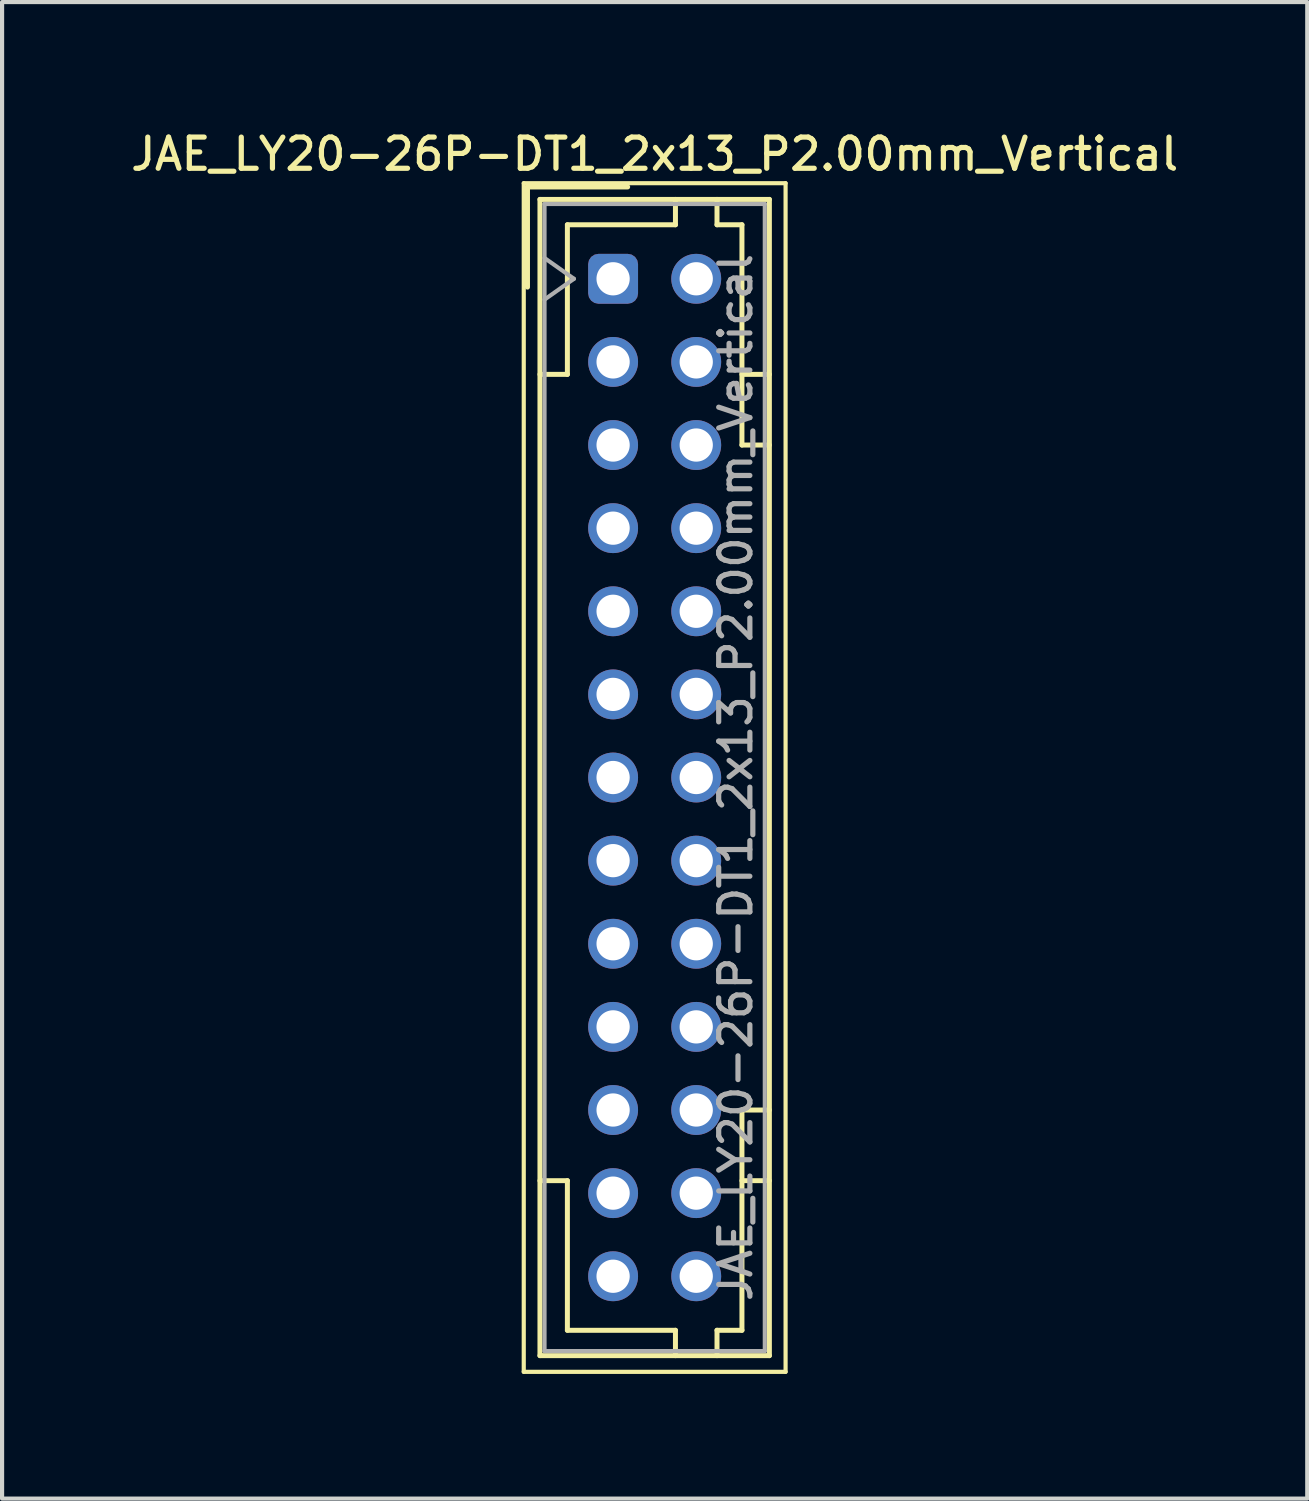
<source format=kicad_pcb>
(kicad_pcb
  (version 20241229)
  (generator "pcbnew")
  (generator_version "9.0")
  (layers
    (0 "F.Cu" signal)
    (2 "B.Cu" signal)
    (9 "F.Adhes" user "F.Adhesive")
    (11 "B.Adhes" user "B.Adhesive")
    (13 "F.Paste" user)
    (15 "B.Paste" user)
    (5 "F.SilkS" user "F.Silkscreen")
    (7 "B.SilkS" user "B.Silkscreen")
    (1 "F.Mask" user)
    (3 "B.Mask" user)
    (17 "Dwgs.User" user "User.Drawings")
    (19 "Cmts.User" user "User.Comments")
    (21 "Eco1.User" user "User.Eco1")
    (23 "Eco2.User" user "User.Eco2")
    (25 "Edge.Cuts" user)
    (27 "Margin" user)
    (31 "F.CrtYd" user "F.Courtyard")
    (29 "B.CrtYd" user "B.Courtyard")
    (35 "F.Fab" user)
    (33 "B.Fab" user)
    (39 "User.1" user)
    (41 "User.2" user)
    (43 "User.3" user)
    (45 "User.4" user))
  (footprint "JAE_LY20-26P-DT1_2x13_P2.00mm_Vertical"
    (layer "F.Cu")
    (at 11.702 3.658)
    (property "Reference" "JAE_LY20-26P-DT1_2x13_P2.00mm_Vertical" (at 1 -3 0) (layer "F.SilkS") (effects (font (size 0.75 0.75) (thickness 0.125))))
    (attr through_hole)
    (fp_line (start -2.15 -2.3) (end -2.15 26.3) (stroke (width 0.1) (type solid)) (layer "F.SilkS"))
    (fp_line (start -2.15 26.3) (end 4.15 26.3) (stroke (width 0.1) (type solid)) (layer "F.SilkS"))
    (fp_line (start -2.06 -2.21) (end -2.06 0.2) (stroke (width 0.12) (type solid)) (layer "F.SilkS"))
    (fp_line (start -1.76 -1.91) (end -1.76 25.91) (stroke (width 0.12) (type solid)) (layer "F.SilkS"))
    (fp_line (start -1.76 25.91) (end 3.76 25.91) (stroke (width 0.12) (type solid)) (layer "F.SilkS"))
    (fp_line (start -1.1 -1.3) (end -1.1 2.3) (stroke (width 0.12) (type solid)) (layer "F.SilkS"))
    (fp_line (start -1.1 2.3) (end -1.76 2.3) (stroke (width 0.12) (type solid)) (layer "F.SilkS"))
    (fp_line (start -1.1 21.7) (end -1.76 21.7) (stroke (width 0.12) (type solid)) (layer "F.SilkS"))
    (fp_line (start -1.1 25.3) (end -1.1 21.7) (stroke (width 0.12) (type solid)) (layer "F.SilkS"))
    (fp_line (start 0.35 -2.21) (end -2.06 -2.21) (stroke (width 0.12) (type solid)) (layer "F.SilkS"))
    (fp_line (start 1.5 -1.91) (end 1.5 -1.3) (stroke (width 0.12) (type solid)) (layer "F.SilkS"))
    (fp_line (start 1.5 -1.3) (end -1.1 -1.3) (stroke (width 0.12) (type solid)) (layer "F.SilkS"))
    (fp_line (start 1.5 25.3) (end -1.1 25.3) (stroke (width 0.12) (type solid)) (layer "F.SilkS"))
    (fp_line (start 1.5 25.91) (end 1.5 25.3) (stroke (width 0.12) (type solid)) (layer "F.SilkS"))
    (fp_line (start 2.5 -1.91) (end 2.5 -1.3) (stroke (width 0.12) (type solid)) (layer "F.SilkS"))
    (fp_line (start 2.5 -1.3) (end 3.1 -1.3) (stroke (width 0.12) (type solid)) (layer "F.SilkS"))
    (fp_line (start 2.5 25.3) (end 3.1 25.3) (stroke (width 0.12) (type solid)) (layer "F.SilkS"))
    (fp_line (start 2.5 25.91) (end 2.5 25.3) (stroke (width 0.12) (type solid)) (layer "F.SilkS"))
    (fp_line (start 3.1 -1.3) (end 3.1 4) (stroke (width 0.12) (type solid)) (layer "F.SilkS"))
    (fp_line (start 3.1 4) (end 3.76 4) (stroke (width 0.12) (type solid)) (layer "F.SilkS"))
    (fp_line (start 3.1 20) (end 3.76 20) (stroke (width 0.12) (type solid)) (layer "F.SilkS"))
    (fp_line (start 3.1 25.3) (end 3.1 20) (stroke (width 0.12) (type solid)) (layer "F.SilkS"))
    (fp_line (start 3.76 -1.91) (end -1.76 -1.91) (stroke (width 0.12) (type solid)) (layer "F.SilkS"))
    (fp_line (start 3.76 2.3) (end 3.1 2.3) (stroke (width 0.12) (type solid)) (layer "F.SilkS"))
    (fp_line (start 3.76 21.7) (end 3.1 21.7) (stroke (width 0.12) (type solid)) (layer "F.SilkS"))
    (fp_line (start 3.76 25.91) (end 3.76 -1.91) (stroke (width 0.12) (type solid)) (layer "F.SilkS"))
    (fp_line (start 4.15 -2.3) (end -2.15 -2.3) (stroke (width 0.1) (type solid)) (layer "F.SilkS"))
    (fp_line (start 4.15 26.3) (end 4.15 -2.3) (stroke (width 0.1) (type solid)) (layer "F.SilkS"))
    (fp_line (start -1.65 -1.8) (end -1.65 25.8) (stroke (width 0.1) (type solid)) (layer "F.Fab"))
    (fp_line (start -1.65 0.5) (end -0.943 0) (stroke (width 0.1) (type solid)) (layer "F.Fab"))
    (fp_line (start -1.65 25.8) (end 3.65 25.8) (stroke (width 0.1) (type solid)) (layer "F.Fab"))
    (fp_line (start -0.943 0) (end -1.65 -0.5) (stroke (width 0.1) (type solid)) (layer "F.Fab"))
    (fp_line (start 3.65 -1.8) (end -1.65 -1.8) (stroke (width 0.1) (type solid)) (layer "F.Fab"))
    (fp_line (start 3.65 25.8) (end 3.65 -1.8) (stroke (width 0.1) (type solid)) (layer "F.Fab"))
    (fp_text user "${REFERENCE}" (at 2.95 12 90) (layer "F.Fab") (effects (font (size 0.75 0.75) (thickness 0.125))))
    (pad "a1" thru_hole roundrect (at 0 0) (size 1.2 1.2) (drill 0.8) (layers "*.Cu" "*.Mask") (roundrect_rratio 0.208))
    (pad "a2" thru_hole circle (at 0 2) (size 1.2 1.2) (drill 0.8) (layers "*.Cu" "*.Mask"))
    (pad "a3" thru_hole circle (at 0 4) (size 1.2 1.2) (drill 0.8) (layers "*.Cu" "*.Mask"))
    (pad "a4" thru_hole circle (at 0 6) (size 1.2 1.2) (drill 0.8) (layers "*.Cu" "*.Mask"))
    (pad "a5" thru_hole circle (at 0 8) (size 1.2 1.2) (drill 0.8) (layers "*.Cu" "*.Mask"))
    (pad "a6" thru_hole circle (at 0 10) (size 1.2 1.2) (drill 0.8) (layers "*.Cu" "*.Mask"))
    (pad "a7" thru_hole circle (at 0 12) (size 1.2 1.2) (drill 0.8) (layers "*.Cu" "*.Mask"))
    (pad "a8" thru_hole circle (at 0 14) (size 1.2 1.2) (drill 0.8) (layers "*.Cu" "*.Mask"))
    (pad "a9" thru_hole circle (at 0 16) (size 1.2 1.2) (drill 0.8) (layers "*.Cu" "*.Mask"))
    (pad "a10" thru_hole circle (at 0 18) (size 1.2 1.2) (drill 0.8) (layers "*.Cu" "*.Mask"))
    (pad "a11" thru_hole circle (at 0 20) (size 1.2 1.2) (drill 0.8) (layers "*.Cu" "*.Mask"))
    (pad "a12" thru_hole circle (at 0 22) (size 1.2 1.2) (drill 0.8) (layers "*.Cu" "*.Mask"))
    (pad "a13" thru_hole circle (at 0 24) (size 1.2 1.2) (drill 0.8) (layers "*.Cu" "*.Mask"))
    (pad "b1" thru_hole circle (at 2 0) (size 1.2 1.2) (drill 0.8) (layers "*.Cu" "*.Mask"))
    (pad "b2" thru_hole circle (at 2 2) (size 1.2 1.2) (drill 0.8) (layers "*.Cu" "*.Mask"))
    (pad "b3" thru_hole circle (at 2 4) (size 1.2 1.2) (drill 0.8) (layers "*.Cu" "*.Mask"))
    (pad "b4" thru_hole circle (at 2 6) (size 1.2 1.2) (drill 0.8) (layers "*.Cu" "*.Mask"))
    (pad "b5" thru_hole circle (at 2 8) (size 1.2 1.2) (drill 0.8) (layers "*.Cu" "*.Mask"))
    (pad "b6" thru_hole circle (at 2 10) (size 1.2 1.2) (drill 0.8) (layers "*.Cu" "*.Mask"))
    (pad "b7" thru_hole circle (at 2 12) (size 1.2 1.2) (drill 0.8) (layers "*.Cu" "*.Mask"))
    (pad "b8" thru_hole circle (at 2 14) (size 1.2 1.2) (drill 0.8) (layers "*.Cu" "*.Mask"))
    (pad "b9" thru_hole circle (at 2 16) (size 1.2 1.2) (drill 0.8) (layers "*.Cu" "*.Mask"))
    (pad "b10" thru_hole circle (at 2 18) (size 1.2 1.2) (drill 0.8) (layers "*.Cu" "*.Mask"))
    (pad "b11" thru_hole circle (at 2 20) (size 1.2 1.2) (drill 0.8) (layers "*.Cu" "*.Mask"))
    (pad "b12" thru_hole circle (at 2 22) (size 1.2 1.2) (drill 0.8) (layers "*.Cu" "*.Mask"))
    (pad "b13" thru_hole circle (at 2 24) (size 1.2 1.2) (drill 0.8) (layers "*.Cu" "*.Mask")))
  (gr_rect
    (start -3 -3)
    (end 28.404 33.008)
    (stroke (width 0.1) (type default))
    (fill no)
    (layer "Edge.Cuts")))
</source>
